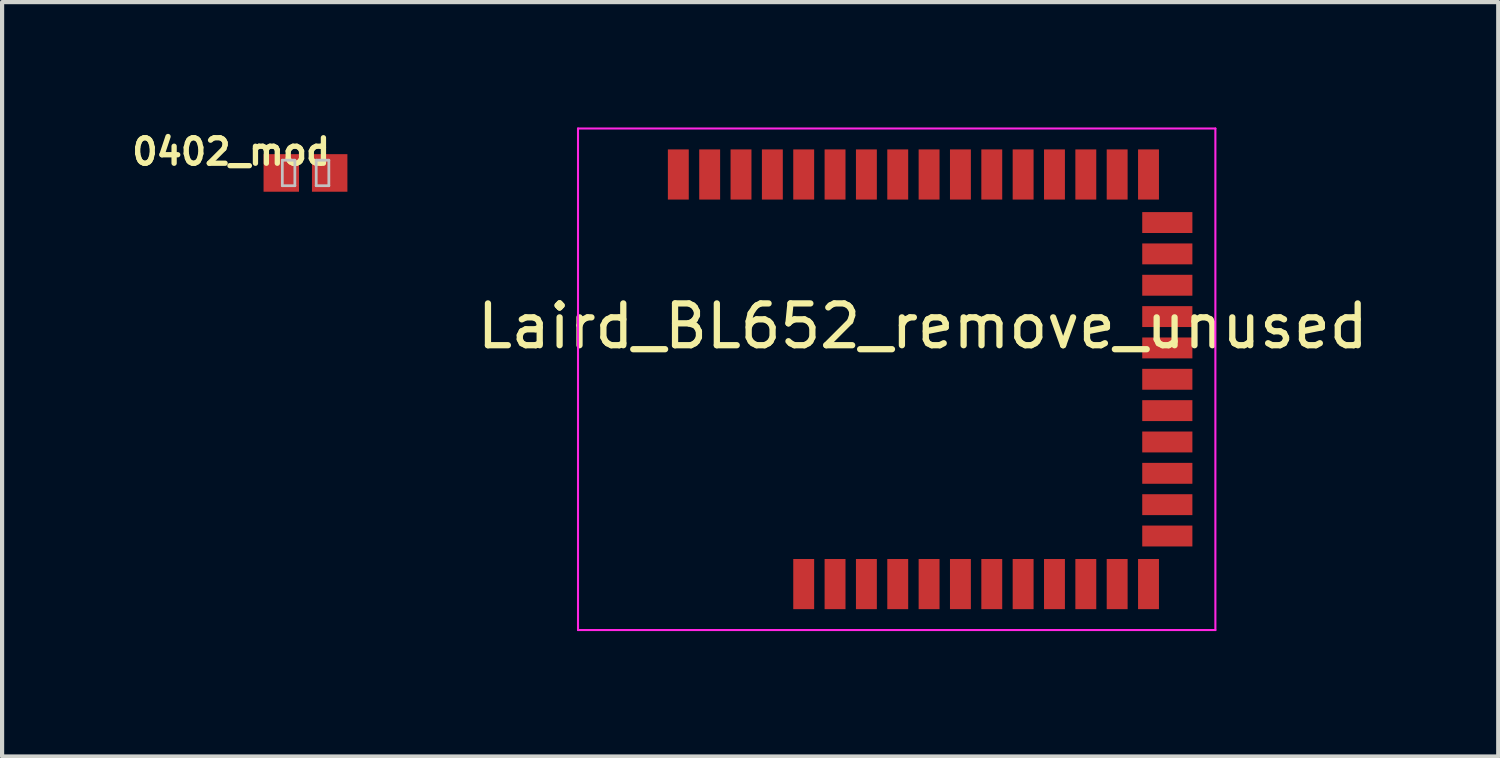
<source format=kicad_pcb>
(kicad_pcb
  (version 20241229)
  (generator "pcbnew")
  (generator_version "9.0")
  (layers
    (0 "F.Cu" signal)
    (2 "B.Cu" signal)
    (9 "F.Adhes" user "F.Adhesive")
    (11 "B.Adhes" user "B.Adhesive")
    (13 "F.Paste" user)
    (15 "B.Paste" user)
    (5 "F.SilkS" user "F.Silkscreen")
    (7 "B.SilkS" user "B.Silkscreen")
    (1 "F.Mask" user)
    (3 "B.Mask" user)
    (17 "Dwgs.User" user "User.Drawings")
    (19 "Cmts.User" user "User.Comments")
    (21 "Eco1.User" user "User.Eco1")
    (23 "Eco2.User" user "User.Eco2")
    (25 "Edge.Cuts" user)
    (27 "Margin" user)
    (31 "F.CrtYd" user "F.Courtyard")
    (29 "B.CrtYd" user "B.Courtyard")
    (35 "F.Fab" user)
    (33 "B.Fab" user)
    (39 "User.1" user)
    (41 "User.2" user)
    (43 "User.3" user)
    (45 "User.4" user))
  (footprint "Laird_BL652_remove_unused"
    (layer "F.Cu")
    (at 19.03 6.025)
    (property "Reference" "Laird_BL652_remove_unused" (at 0 -1.27 0) (layer "F.SilkS") (effects (font (size 1 1) (thickness 0.15))))
    (attr smd)
    (fp_line (start -8.25 -6) (end 7 -6) (stroke (width 0.05) (type solid)) (layer "F.CrtYd"))
    (fp_line (start -8.25 6) (end -8.25 -6) (stroke (width 0.05) (type solid)) (layer "F.CrtYd"))
    (fp_line (start 7 -6) (end 7 6) (stroke (width 0.05) (type solid)) (layer "F.CrtYd"))
    (fp_line (start 7 6) (end -8.25 6) (stroke (width 0.05) (type solid)) (layer "F.CrtYd"))
    (pad "1" smd rect (at -5.85 -4.9 90) (size 1.2 0.5) (layers "F.Cu" "F.Mask" "F.Paste"))
    (pad "2" smd rect (at -5.1 -4.9 90) (size 1.2 0.5) (layers "F.Cu" "F.Mask" "F.Paste"))
    (pad "3" smd rect (at -4.35 -4.9 90) (size 1.2 0.5) (layers "F.Cu" "F.Mask" "F.Paste"))
    (pad "4" smd rect (at -3.6 -4.9 90) (size 1.2 0.5) (layers "F.Cu" "F.Mask" "F.Paste"))
    (pad "5" smd rect (at -2.85 -4.9 90) (size 1.2 0.5) (layers "F.Cu" "F.Mask" "F.Paste"))
    (pad "6" smd rect (at -2.1 -4.9 90) (size 1.2 0.5) (layers "F.Cu" "F.Mask" "F.Paste"))
    (pad "7" smd rect (at -1.35 -4.9 90) (size 1.2 0.5) (layers "F.Cu" "F.Mask" "F.Paste"))
    (pad "8" smd rect (at -0.6 -4.9 90) (size 1.2 0.5) (layers "F.Cu" "F.Mask" "F.Paste"))
    (pad "9" smd rect (at 0.15 -4.9 90) (size 1.2 0.5) (layers "F.Cu" "F.Mask" "F.Paste"))
    (pad "10" smd rect (at 0.9 -4.9 90) (size 1.2 0.5) (layers "F.Cu" "F.Mask" "F.Paste"))
    (pad "11" smd rect (at 1.65 -4.9 90) (size 1.2 0.5) (layers "F.Cu" "F.Mask" "F.Paste"))
    (pad "12" smd rect (at 2.4 -4.9 90) (size 1.2 0.5) (layers "F.Cu" "F.Mask" "F.Paste"))
    (pad "13" smd rect (at 3.15 -4.9 90) (size 1.2 0.5) (layers "F.Cu" "F.Mask" "F.Paste"))
    (pad "14" smd rect (at 3.9 -4.9 90) (size 1.2 0.5) (layers "F.Cu" "F.Mask" "F.Paste"))
    (pad "15" smd rect (at 4.65 -4.9 90) (size 1.2 0.5) (layers "F.Cu" "F.Mask" "F.Paste"))
    (pad "16" smd rect (at 5.4 -4.9 90) (size 1.2 0.5) (layers "F.Cu" "F.Mask" "F.Paste"))
    (pad "17" smd rect (at 5.85 -3.75) (size 1.2 0.5) (layers "F.Cu" "F.Mask" "F.Paste"))
    (pad "18" smd rect (at 5.85 -3) (size 1.2 0.5) (layers "F.Cu" "F.Mask" "F.Paste"))
    (pad "19" smd rect (at 5.85 -2.25) (size 1.2 0.5) (layers "F.Cu" "F.Mask" "F.Paste"))
    (pad "20" smd rect (at 5.85 -1.5) (size 1.2 0.5) (layers "F.Cu" "F.Mask" "F.Paste"))
    (pad "21" smd rect (at 5.85 -0.75) (size 1.2 0.5) (layers "F.Cu" "F.Mask" "F.Paste"))
    (pad "22" smd rect (at 5.85 0) (size 1.2 0.5) (layers "F.Cu" "F.Mask" "F.Paste"))
    (pad "23" smd rect (at 5.85 0.75) (size 1.2 0.5) (layers "F.Cu" "F.Mask" "F.Paste"))
    (pad "24" smd rect (at 5.85 1.5) (size 1.2 0.5) (layers "F.Cu" "F.Mask" "F.Paste"))
    (pad "25" smd rect (at 5.85 2.25) (size 1.2 0.5) (layers "F.Cu" "F.Mask" "F.Paste"))
    (pad "26" smd rect (at 5.85 3) (size 1.2 0.5) (layers "F.Cu" "F.Mask" "F.Paste"))
    (pad "27" smd rect (at 5.85 3.75) (size 1.2 0.5) (layers "F.Cu" "F.Mask" "F.Paste"))
    (pad "28" smd rect (at 5.4 4.9 90) (size 1.2 0.5) (layers "F.Cu" "F.Mask" "F.Paste"))
    (pad "29" smd rect (at 4.65 4.9 90) (size 1.2 0.5) (layers "F.Cu" "F.Mask" "F.Paste"))
    (pad "30" smd rect (at 3.9 4.9 90) (size 1.2 0.5) (layers "F.Cu" "F.Mask" "F.Paste"))
    (pad "31" smd rect (at 3.15 4.9 90) (size 1.2 0.5) (layers "F.Cu" "F.Mask" "F.Paste"))
    (pad "32" smd rect (at 2.4 4.9 90) (size 1.2 0.5) (layers "F.Cu" "F.Mask" "F.Paste"))
    (pad "33" smd rect (at 1.65 4.9 90) (size 1.2 0.5) (layers "F.Cu" "F.Mask" "F.Paste"))
    (pad "34" smd rect (at 0.9 4.9 90) (size 1.2 0.5) (layers "F.Cu" "F.Mask" "F.Paste"))
    (pad "35" smd rect (at 0.15 4.9 90) (size 1.2 0.5) (layers "F.Cu" "F.Mask" "F.Paste"))
    (pad "36" smd rect (at -0.6 4.9 90) (size 1.2 0.5) (layers "F.Cu" "F.Mask" "F.Paste"))
    (pad "37" smd rect (at -1.35 4.9 90) (size 1.2 0.5) (layers "F.Cu" "F.Mask" "F.Paste"))
    (pad "38" smd rect (at -2.1 4.9 90) (size 1.2 0.5) (layers "F.Cu" "F.Mask" "F.Paste"))
    (pad "39" smd rect (at -2.85 4.9 90) (size 1.2 0.5) (layers "F.Cu" "F.Mask" "F.Paste")))
  (footprint "0402_mod"
    (layer "F.Cu")
    (at 4.259 1.088)
    (property "Reference" "0402_mod" (at -1.778 -0.508 0) (layer "F.SilkS") (effects (font (size 0.61 0.61) (thickness 0.127))))
    (attr smd)
    (fp_line (start -0.554 -0.305) (end -0.254 -0.305) (stroke (width 0.066) (type solid)) (layer "Dwgs.User"))
    (fp_line (start -0.554 0.305) (end -0.554 -0.305) (stroke (width 0.066) (type solid)) (layer "Dwgs.User"))
    (fp_line (start -0.554 0.305) (end -0.254 0.305) (stroke (width 0.066) (type solid)) (layer "Dwgs.User"))
    (fp_line (start -0.254 0.305) (end -0.254 -0.305) (stroke (width 0.066) (type solid)) (layer "Dwgs.User"))
    (fp_line (start 0.257 -0.305) (end 0.559 -0.305) (stroke (width 0.066) (type solid)) (layer "Dwgs.User"))
    (fp_line (start 0.257 0.305) (end 0.257 -0.305) (stroke (width 0.066) (type solid)) (layer "Dwgs.User"))
    (fp_line (start 0.257 0.305) (end 0.559 0.305) (stroke (width 0.066) (type solid)) (layer "Dwgs.User"))
    (fp_line (start 0.559 0.305) (end 0.559 -0.305) (stroke (width 0.066) (type solid)) (layer "Dwgs.User"))
    (pad "1" smd rect (at -0.579 0) (size 0.848 0.899) (layers "F.Cu" "F.Mask" "F.Paste"))
    (pad "2" smd rect (at 0.579 0) (size 0.848 0.899) (layers "F.Cu" "F.Mask" "F.Paste")))
  (gr_rect
    (start -3 -3)
    (end 32.798 15.05)
    (stroke (width 0.1) (type default))
    (fill no)
    (layer "Edge.Cuts")))
</source>
